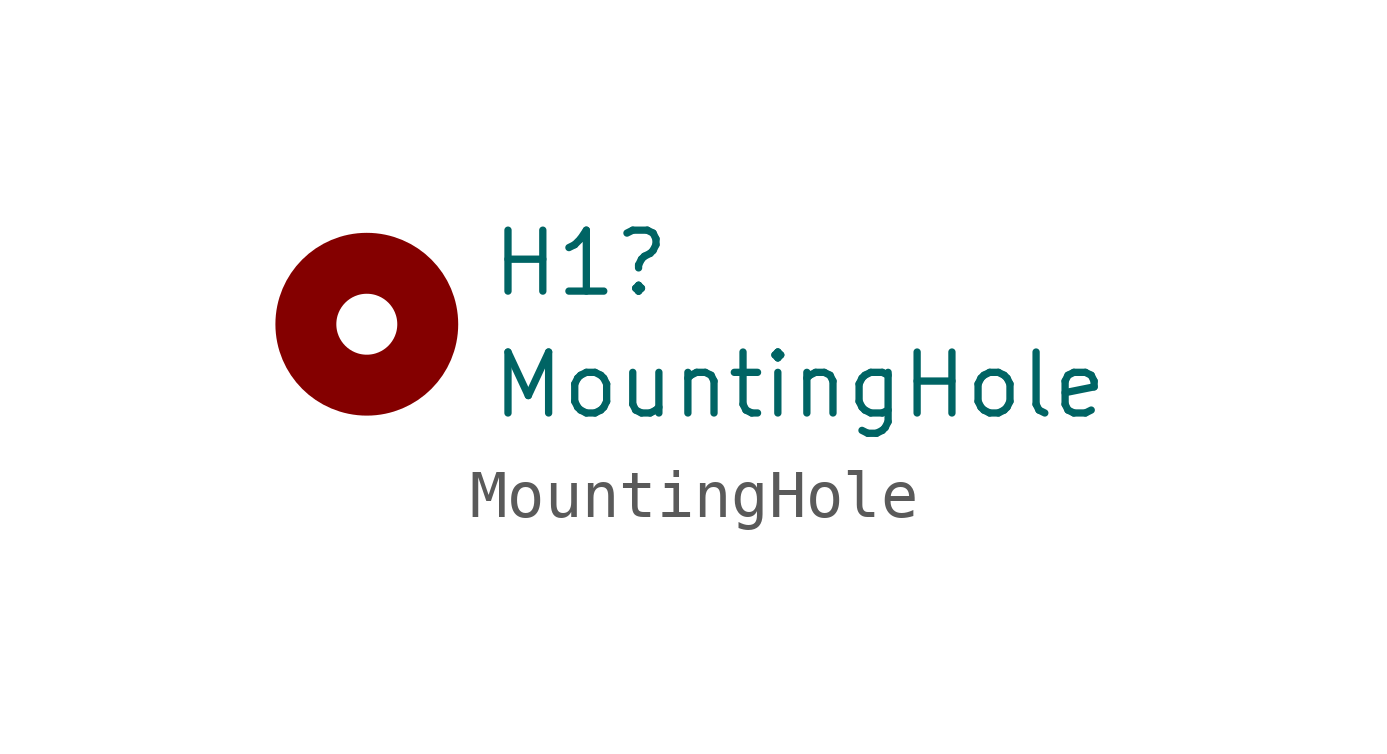
<source format=kicad_sym>
(kicad_symbol_lib
  (version 20231120)
  (generator "kicad_symbol_editor")
  (generator_version "8.0")
  (symbol "MountingHole"
    (pin_names
      (offset 1.016))
    (property "Reference" "H1"
      (at 2.54 1.27 0)
      (effects (font (size 1.27 1.27)) (justify left)))
    (property "Value" "MountingHole"
      (at 2.54 -1.27 0)
      (effects (font (size 1.27 1.27)) (justify left)))
    (symbol "MountingHole_0_1"
      (circle (center 0 0) (radius 1.27) (stroke (width 1.27) (type default)) (fill (type none))))))
</source>
